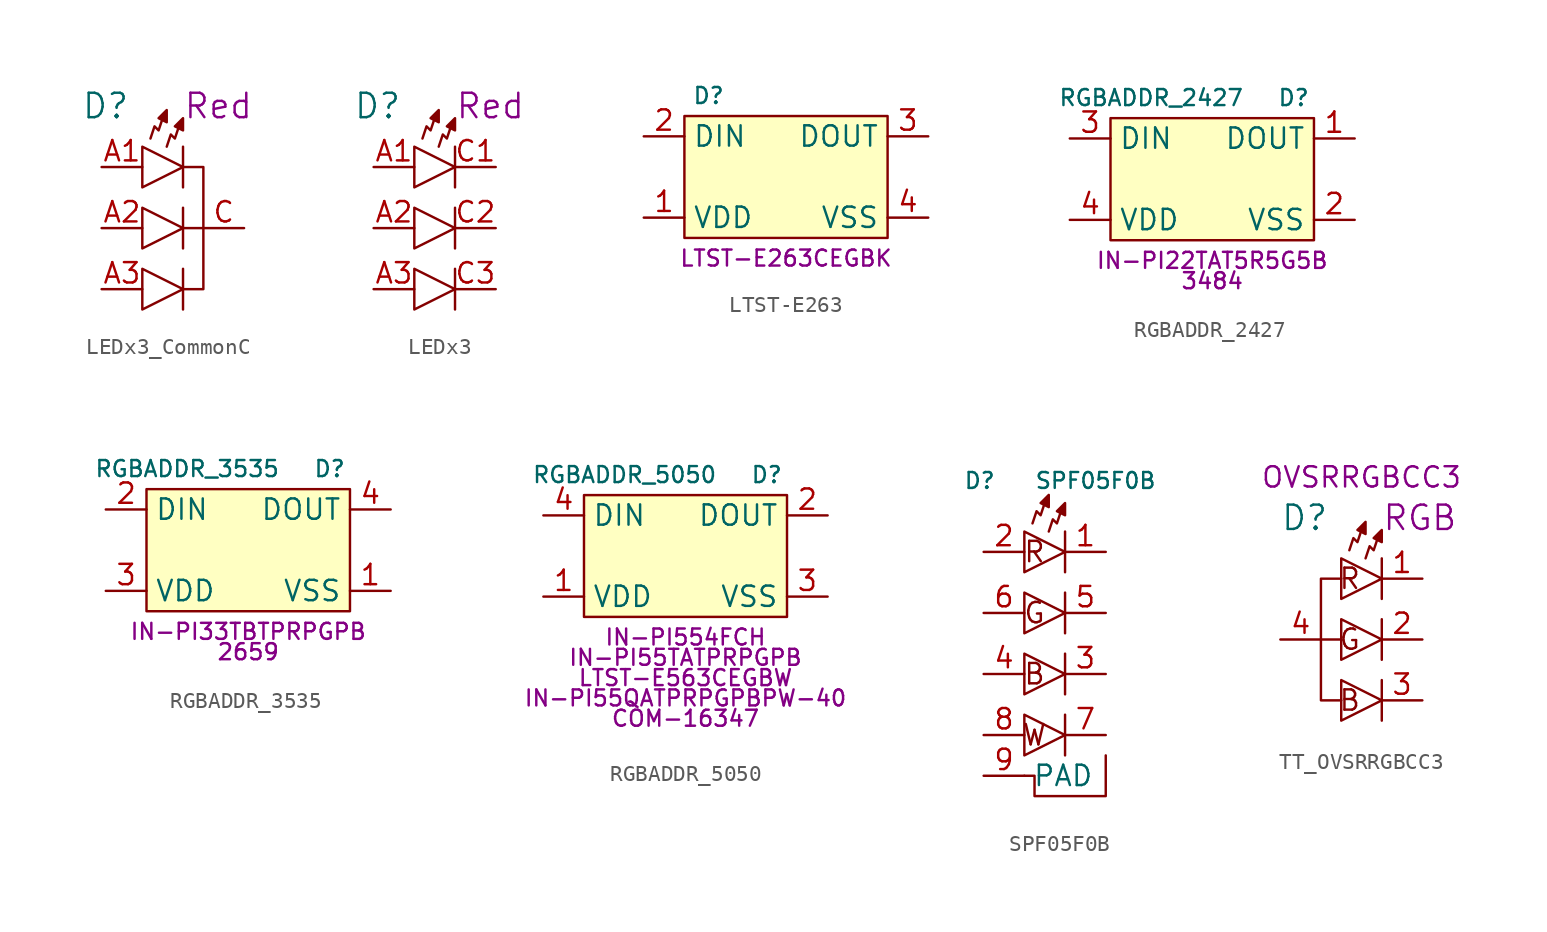
<source format=kicad_sym>
(kicad_symbol_lib
  (version 20220914)
  (generator kicad_symbol_editor)
  (symbol "LEDx3_CommonC"
    (property "Reference" "D"
      (at -5.08 3.81 0)
      (effects (font (size 1.524 1.524)) (justify left)))
    (property "Color" "Red"
      (at 1.27 3.81 0)
      (effects (font (size 1.524 1.524)) (justify left)))
    (symbol "LEDx3_CommonC_0_1"
      (polyline (pts (xy 1.27 -6.35) (xy 1.27 -8.89)) (stroke (width 0) (type default)) (fill (type none)))
      (polyline (pts (xy 1.27 -3.81) (xy 2.54 -3.81)) (stroke (width 0) (type default)) (fill (type none)))
      (polyline (pts (xy 1.27 -2.54) (xy 1.27 -5.08)) (stroke (width 0) (type default)) (fill (type none)))
      (polyline (pts (xy 1.27 1.27) (xy 1.27 -1.27)) (stroke (width 0) (type default)) (fill (type none)))
      (polyline (pts (xy -1.27 -6.35) (xy -1.27 -8.89) (xy 1.27 -7.62) (xy -1.27 -6.35)) (stroke (width 0) (type default)) (fill (type none)))
      (polyline (pts (xy -1.27 -2.54) (xy -1.27 -5.08) (xy 1.27 -3.81) (xy -1.27 -2.54)) (stroke (width 0) (type default)) (fill (type none)))
      (polyline (pts (xy -1.27 1.27) (xy -1.27 -1.27) (xy 1.27 0) (xy -1.27 1.27)) (stroke (width 0) (type default)) (fill (type none)))
      (polyline (pts (xy -0.762 1.778) (xy -0.508 2.54) (xy -0.254 2.286) (xy 0 3.048)) (stroke (width 0) (type default)) (fill (type none)))
      (polyline (pts (xy -0.254 3.048) (xy 0.254 2.794) (xy 0.254 3.556) (xy -0.254 3.048)) (stroke (width 0) (type default)) (fill (type outline)))
      (polyline (pts (xy 0.254 1.27) (xy 0.508 2.032) (xy 0.762 1.778) (xy 1.016 2.54)) (stroke (width 0) (type default)) (fill (type none)))
      (polyline (pts (xy 0.762 2.54) (xy 1.27 2.286) (xy 1.27 3.048) (xy 0.762 2.54)) (stroke (width 0) (type default)) (fill (type outline)))
      (polyline (pts (xy 1.27 0) (xy 2.54 0) (xy 2.54 -7.62) (xy 1.27 -7.62)) (stroke (width 0) (type default)) (fill (type none))))
    (symbol "LEDx3_CommonC_1_1"
      (pin passive line (at -3.81 0 0) (length 2.54) (name "~" (effects (font (size 1.27 1.27)))) (number "A1" (effects (font (size 1.27 1.27)))))
      (pin passive line (at -3.81 -3.81 0) (length 2.54) (name "~" (effects (font (size 1.27 1.27)))) (number "A2" (effects (font (size 1.27 1.27)))))
      (pin passive line (at -3.81 -7.62 0) (length 2.54) (name "~" (effects (font (size 1.27 1.27)))) (number "A3" (effects (font (size 1.27 1.27)))))
      (pin passive line (at 5.08 -3.81 180) (length 2.54) (name "~" (effects (font (size 1.27 1.27)))) (number "C" (effects (font (size 1.27 1.27)))))))
  (symbol "LEDx3"
    (property "Reference" "D"
      (at -5.08 3.81 0)
      (effects (font (size 1.524 1.524)) (justify left)))
    (property "Color" "Red"
      (at 1.27 3.81 0)
      (effects (font (size 1.524 1.524)) (justify left)))
    (symbol "LEDx3_0_1"
      (polyline (pts (xy 1.27 -6.35) (xy 1.27 -8.89)) (stroke (width 0) (type default)) (fill (type none)))
      (polyline (pts (xy 1.27 -2.54) (xy 1.27 -5.08)) (stroke (width 0) (type default)) (fill (type none)))
      (polyline (pts (xy 1.27 1.27) (xy 1.27 -1.27)) (stroke (width 0) (type default)) (fill (type none)))
      (polyline (pts (xy -1.27 -6.35) (xy -1.27 -8.89) (xy 1.27 -7.62) (xy -1.27 -6.35)) (stroke (width 0) (type default)) (fill (type none)))
      (polyline (pts (xy -1.27 -2.54) (xy -1.27 -5.08) (xy 1.27 -3.81) (xy -1.27 -2.54)) (stroke (width 0) (type default)) (fill (type none)))
      (polyline (pts (xy -1.27 1.27) (xy -1.27 -1.27) (xy 1.27 0) (xy -1.27 1.27)) (stroke (width 0) (type default)) (fill (type none)))
      (polyline (pts (xy -0.762 1.778) (xy -0.508 2.54) (xy -0.254 2.286) (xy 0 3.048)) (stroke (width 0) (type default)) (fill (type none)))
      (polyline (pts (xy -0.254 3.048) (xy 0.254 2.794) (xy 0.254 3.556) (xy -0.254 3.048)) (stroke (width 0) (type default)) (fill (type outline)))
      (polyline (pts (xy 0.254 1.27) (xy 0.508 2.032) (xy 0.762 1.778) (xy 1.016 2.54)) (stroke (width 0) (type default)) (fill (type none)))
      (polyline (pts (xy 0.762 2.54) (xy 1.27 2.286) (xy 1.27 3.048) (xy 0.762 2.54)) (stroke (width 0) (type default)) (fill (type outline))))
    (symbol "LEDx3_1_1"
      (pin passive line (at -3.81 0 0) (length 2.54) (name "~" (effects (font (size 1.27 1.27)))) (number "A1" (effects (font (size 1.27 1.27)))))
      (pin passive line (at -3.81 -3.81 0) (length 2.54) (name "~" (effects (font (size 1.27 1.27)))) (number "A2" (effects (font (size 1.27 1.27)))))
      (pin passive line (at -3.81 -7.62 0) (length 2.54) (name "~" (effects (font (size 1.27 1.27)))) (number "A3" (effects (font (size 1.27 1.27)))))
      (pin passive line (at 3.81 0 180) (length 2.54) (name "~" (effects (font (size 1.27 1.27)))) (number "C1" (effects (font (size 1.27 1.27)))))
      (pin passive line (at 3.81 -3.81 180) (length 2.54) (name "~" (effects (font (size 1.27 1.27)))) (number "C2" (effects (font (size 1.27 1.27)))))
      (pin passive line (at 3.81 -7.62 180) (length 2.54) (name "~" (effects (font (size 1.27 1.27)))) (number "C3" (effects (font (size 1.27 1.27)))))))
  (symbol "LTST-E263"
    (property "Reference" "D"
      (at -3.81 5.08 0)
      (effects (font (size 1 1)) (justify right)))
    (property "MPN" "LTST-E263CEGBK"
      (at 0 -5.08 0)
      (effects (font (size 1 1))))
    (symbol "LTST-E263_0_1"
      (rectangle (start -6.35 3.81) (end 6.35 -3.81) (stroke (width 0) (type default)) (fill (type background))))
    (symbol "LTST-E263_1_1"
      (pin power_in line (at -8.89 -2.54 0) (length 2.54) (name "VDD" (effects (font (size 1.27 1.27)))) (number "1" (effects (font (size 1.27 1.27)))))
      (pin input line (at -8.89 2.54 0) (length 2.54) (name "DIN" (effects (font (size 1.27 1.27)))) (number "2" (effects (font (size 1.27 1.27)))))
      (pin output line (at 8.89 2.54 180) (length 2.54) (name "DOUT" (effects (font (size 1.27 1.27)))) (number "3" (effects (font (size 1.27 1.27)))))
      (pin power_in line (at 8.89 -2.54 180) (length 2.54) (name "VSS" (effects (font (size 1.27 1.27)))) (number "4" (effects (font (size 1.27 1.27)))))))
  (symbol "RGBADDR_2427"
    (property "Reference" "D"
      (at 5.08 5.08 0)
      (effects (font (size 1 1))))
    (property "Value" "RGBADDR_2427"
      (at -3.81 5.08 0)
      (effects (font (size 1 1))))
    (property "MPN" "IN-PI22TAT5R5G5B"
      (at 0 -5.08 0)
      (effects (font (size 1 1))))
    (property "MPN2" "3484"
      (at 0 -6.35 0)
      (effects (font (size 1 1))))
    (symbol "RGBADDR_2427_0_1"
      (rectangle (start -6.35 3.81) (end 6.35 -3.81) (stroke (width 0) (type default)) (fill (type background))))
    (symbol "RGBADDR_2427_1_1"
      (pin output line (at 8.89 2.54 180) (length 2.54) (name "DOUT" (effects (font (size 1.27 1.27)))) (number "1" (effects (font (size 1.27 1.27)))))
      (pin power_in line (at 8.89 -2.54 180) (length 2.54) (name "VSS" (effects (font (size 1.27 1.27)))) (number "2" (effects (font (size 1.27 1.27)))))
      (pin input line (at -8.89 2.54 0) (length 2.54) (name "DIN" (effects (font (size 1.27 1.27)))) (number "3" (effects (font (size 1.27 1.27)))))
      (pin power_in line (at -8.89 -2.54 0) (length 2.54) (name "VDD" (effects (font (size 1.27 1.27)))) (number "4" (effects (font (size 1.27 1.27)))))))
  (symbol "RGBADDR_3535"
    (property "Reference" "D"
      (at 5.08 5.08 0)
      (effects (font (size 1 1))))
    (property "Value" "RGBADDR_3535"
      (at -3.81 5.08 0)
      (effects (font (size 1 1))))
    (property "MPN" "IN-PI33TBTPRPGPB"
      (at 0 -5.08 0)
      (effects (font (size 1 1))))
    (property "MPN2" "2659"
      (at 0 -6.35 0)
      (effects (font (size 1 1))))
    (symbol "RGBADDR_3535_0_1"
      (rectangle (start -6.35 3.81) (end 6.35 -3.81) (stroke (width 0) (type default)) (fill (type background))))
    (symbol "RGBADDR_3535_1_1"
      (pin power_in line (at 8.89 -2.54 180) (length 2.54) (name "VSS" (effects (font (size 1.27 1.27)))) (number "1" (effects (font (size 1.27 1.27)))))
      (pin input line (at -8.89 2.54 0) (length 2.54) (name "DIN" (effects (font (size 1.27 1.27)))) (number "2" (effects (font (size 1.27 1.27)))))
      (pin power_in line (at -8.89 -2.54 0) (length 2.54) (name "VDD" (effects (font (size 1.27 1.27)))) (number "3" (effects (font (size 1.27 1.27)))))
      (pin output line (at 8.89 2.54 180) (length 2.54) (name "DOUT" (effects (font (size 1.27 1.27)))) (number "4" (effects (font (size 1.27 1.27)))))))
  (symbol "RGBADDR_5050"
    (property "Reference" "D"
      (at 5.08 5.08 0)
      (effects (font (size 1 1))))
    (property "Value" "RGBADDR_5050"
      (at -3.81 5.08 0)
      (effects (font (size 1 1))))
    (property "MPN" "IN-PI554FCH"
      (at 0 -5.08 0)
      (effects (font (size 1 1))))
    (property "MPN2" "IN-PI55TATPRPGPB"
      (at 0 -6.35 0)
      (effects (font (size 1 1))))
    (property "MPN3" "LTST-E563CEGBW"
      (at 0 -7.62 0)
      (effects (font (size 1 1))))
    (property "MPN4" "IN-PI55QATPRPGPBPW-40"
      (at 0 -8.89 0)
      (effects (font (size 1 1))))
    (property "MPN5" "COM-16347"
      (at 0 -10.16 0)
      (effects (font (size 1 1))))
    (symbol "RGBADDR_5050_0_1"
      (rectangle (start -6.35 3.81) (end 6.35 -3.81) (stroke (width 0) (type default)) (fill (type background))))
    (symbol "RGBADDR_5050_1_1"
      (pin power_in line (at -8.89 -2.54 0) (length 2.54) (name "VDD" (effects (font (size 1.27 1.27)))) (number "1" (effects (font (size 1.27 1.27)))))
      (pin output line (at 8.89 2.54 180) (length 2.54) (name "DOUT" (effects (font (size 1.27 1.27)))) (number "2" (effects (font (size 1.27 1.27)))))
      (pin power_in line (at 8.89 -2.54 180) (length 2.54) (name "VSS" (effects (font (size 1.27 1.27)))) (number "3" (effects (font (size 1.27 1.27)))))
      (pin input line (at -8.89 2.54 0) (length 2.54) (name "DIN" (effects (font (size 1.27 1.27)))) (number "4" (effects (font (size 1.27 1.27)))))))
  (symbol "SPF05F0B"
    (property "Reference" "D"
      (at -5.08 8.255 0)
      (effects (font (size 0.991 0.991)) (justify left)))
    (property "Value" "SPF05F0B"
      (at 3.175 8.255 0)
      (effects (font (size 0.991 0.991))))
    (symbol "SPF05F0B_0_1"
      (polyline (pts (xy 1.27 -6.35) (xy 1.27 -8.89)) (stroke (width 0) (type default)) (fill (type none)))
      (polyline (pts (xy 1.27 -2.54) (xy 1.27 -5.08)) (stroke (width 0) (type default)) (fill (type none)))
      (polyline (pts (xy 1.27 1.27) (xy 1.27 -1.27)) (stroke (width 0) (type default)) (fill (type none)))
      (polyline (pts (xy 1.27 5.08) (xy 1.27 2.54)) (stroke (width 0) (type default)) (fill (type none)))
      (polyline (pts (xy -1.27 -6.35) (xy -1.27 -8.89) (xy 1.27 -7.62) (xy -1.27 -6.35)) (stroke (width 0) (type default)) (fill (type none)))
      (polyline (pts (xy -1.27 -2.54) (xy -1.27 -5.08) (xy 1.27 -3.81) (xy -1.27 -2.54)) (stroke (width 0) (type default)) (fill (type none)))
      (polyline (pts (xy -1.27 1.27) (xy -1.27 -1.27) (xy 1.27 0) (xy -1.27 1.27)) (stroke (width 0) (type default)) (fill (type none)))
      (polyline (pts (xy -1.27 5.08) (xy -1.27 2.54) (xy 1.27 3.81) (xy -1.27 5.08)) (stroke (width 0) (type default)) (fill (type none)))
      (polyline (pts (xy -0.762 5.588) (xy -0.508 6.35) (xy -0.254 6.096) (xy 0 6.858)) (stroke (width 0) (type default)) (fill (type none)))
      (polyline (pts (xy -0.254 6.858) (xy 0.254 6.604) (xy 0.254 7.366) (xy -0.254 6.858)) (stroke (width 0) (type default)) (fill (type outline)))
      (polyline (pts (xy 0.254 5.08) (xy 0.508 5.842) (xy 0.762 5.588) (xy 1.016 6.35)) (stroke (width 0) (type default)) (fill (type none)))
      (polyline (pts (xy 0.762 6.35) (xy 1.27 6.096) (xy 1.27 6.858) (xy 0.762 6.35)) (stroke (width 0) (type default)) (fill (type outline)))
      (polyline (pts (xy -1.27 -10.16) (xy -0.635 -10.16) (xy -0.635 -11.43) (xy 3.81 -11.43) (xy 3.81 -8.89)) (stroke (width 0) (type default)) (fill (type none)))
      (text "B" (at -0.635 -3.81 0) (effects (font (size 1.27 1.27))))
      (text "G" (at -0.635 0 0) (effects (font (size 1.27 1.27))))
      (text "R" (at -0.635 3.81 0) (effects (font (size 1.27 1.27))))
      (text "W" (at -0.635 -7.62 0) (effects (font (size 1.27 1.27))))
      (pin passive line (at 3.81 -7.62 180) (length 2.54) (name "~" (effects (font (size 1.27 1.27)))) (number "7" (effects (font (size 1.27 1.27)))))
      (pin passive line (at -3.81 -7.62 0) (length 2.54) (name "~" (effects (font (size 1.27 1.27)))) (number "8" (effects (font (size 1.27 1.27)))))
      (pin passive line (at -3.81 -10.16 0) (length 2.54) (name "PAD" (effects (font (size 1.27 1.27)))) (number "9" (effects (font (size 1.27 1.27))))))
    (symbol "SPF05F0B_1_1"
      (pin passive line (at 3.81 3.81 180) (length 2.54) (name "~" (effects (font (size 1.27 1.27)))) (number "1" (effects (font (size 1.27 1.27)))))
      (pin passive line (at -3.81 3.81 0) (length 2.54) (name "~" (effects (font (size 1.27 1.27)))) (number "2" (effects (font (size 1.27 1.27)))))
      (pin passive line (at 3.81 -3.81 180) (length 2.54) (name "~" (effects (font (size 1.27 1.27)))) (number "3" (effects (font (size 1.27 1.27)))))
      (pin passive line (at -3.81 -3.81 0) (length 2.54) (name "~" (effects (font (size 1.27 1.27)))) (number "4" (effects (font (size 1.27 1.27)))))
      (pin passive line (at 3.81 0 180) (length 2.54) (name "~" (effects (font (size 1.27 1.27)))) (number "5" (effects (font (size 1.27 1.27)))))
      (pin passive line (at -3.81 0 0) (length 2.54) (name "~" (effects (font (size 1.27 1.27)))) (number "6" (effects (font (size 1.27 1.27)))))))
  (symbol "TT_OVSRRGBCC3"
    (property "Reference" "D"
      (at -5.08 3.81 0)
      (effects (font (size 1.524 1.524)) (justify left)))
    (property "Color" "RGB"
      (at 1.27 3.81 0)
      (effects (font (size 1.524 1.524)) (justify left)))
    (property "MPN" "OVSRRGBCC3"
      (at 0 6.35 0)
      (effects (font (size 1.27 1.27))))
    (symbol "TT_OVSRRGBCC3_0_0"
      (text "B" (at 0 -7.62 0) (effects (font (size 1.27 1.27)) (justify right)))
      (text "G" (at 0 -3.81 0) (effects (font (size 1.27 1.27)) (justify right)))
      (text "R" (at 0 0 0) (effects (font (size 1.27 1.27)) (justify right))))
    (symbol "TT_OVSRRGBCC3_0_1"
      (polyline (pts (xy -1.27 -3.81) (xy -2.54 -3.81)) (stroke (width 0) (type default)) (fill (type none)))
      (polyline (pts (xy 1.27 -6.35) (xy 1.27 -8.89)) (stroke (width 0) (type default)) (fill (type none)))
      (polyline (pts (xy 1.27 -2.54) (xy 1.27 -5.08)) (stroke (width 0) (type default)) (fill (type none)))
      (polyline (pts (xy 1.27 1.27) (xy 1.27 -1.27)) (stroke (width 0) (type default)) (fill (type none)))
      (polyline (pts (xy -1.27 -6.35) (xy -1.27 -8.89) (xy 1.27 -7.62) (xy -1.27 -6.35)) (stroke (width 0) (type default)) (fill (type none)))
      (polyline (pts (xy -1.27 -2.54) (xy -1.27 -5.08) (xy 1.27 -3.81) (xy -1.27 -2.54)) (stroke (width 0) (type default)) (fill (type none)))
      (polyline (pts (xy -1.27 0) (xy -2.54 0) (xy -2.54 -7.62) (xy -1.27 -7.62)) (stroke (width 0) (type default)) (fill (type none)))
      (polyline (pts (xy -1.27 1.27) (xy -1.27 -1.27) (xy 1.27 0) (xy -1.27 1.27)) (stroke (width 0) (type default)) (fill (type none)))
      (polyline (pts (xy -0.762 1.778) (xy -0.508 2.54) (xy -0.254 2.286) (xy 0 3.048)) (stroke (width 0) (type default)) (fill (type none)))
      (polyline (pts (xy -0.254 3.048) (xy 0.254 2.794) (xy 0.254 3.556) (xy -0.254 3.048)) (stroke (width 0) (type default)) (fill (type outline)))
      (polyline (pts (xy 0.254 1.27) (xy 0.508 2.032) (xy 0.762 1.778) (xy 1.016 2.54)) (stroke (width 0) (type default)) (fill (type none)))
      (polyline (pts (xy 0.762 2.54) (xy 1.27 2.286) (xy 1.27 3.048) (xy 0.762 2.54)) (stroke (width 0) (type default)) (fill (type outline))))
    (symbol "TT_OVSRRGBCC3_1_1"
      (pin passive line (at 3.81 0 180) (length 2.54) (name "~" (effects (font (size 1.27 1.27)))) (number "1" (effects (font (size 1.27 1.27)))))
      (pin passive line (at 3.81 -3.81 180) (length 2.54) (name "~" (effects (font (size 1.27 1.27)))) (number "2" (effects (font (size 1.27 1.27)))))
      (pin passive line (at 3.81 -7.62 180) (length 2.54) (name "~" (effects (font (size 1.27 1.27)))) (number "3" (effects (font (size 1.27 1.27)))))
      (pin passive line (at -5.08 -3.81 0) (length 2.54) (name "~" (effects (font (size 1.27 1.27)))) (number "4" (effects (font (size 1.27 1.27))))))))
</source>
